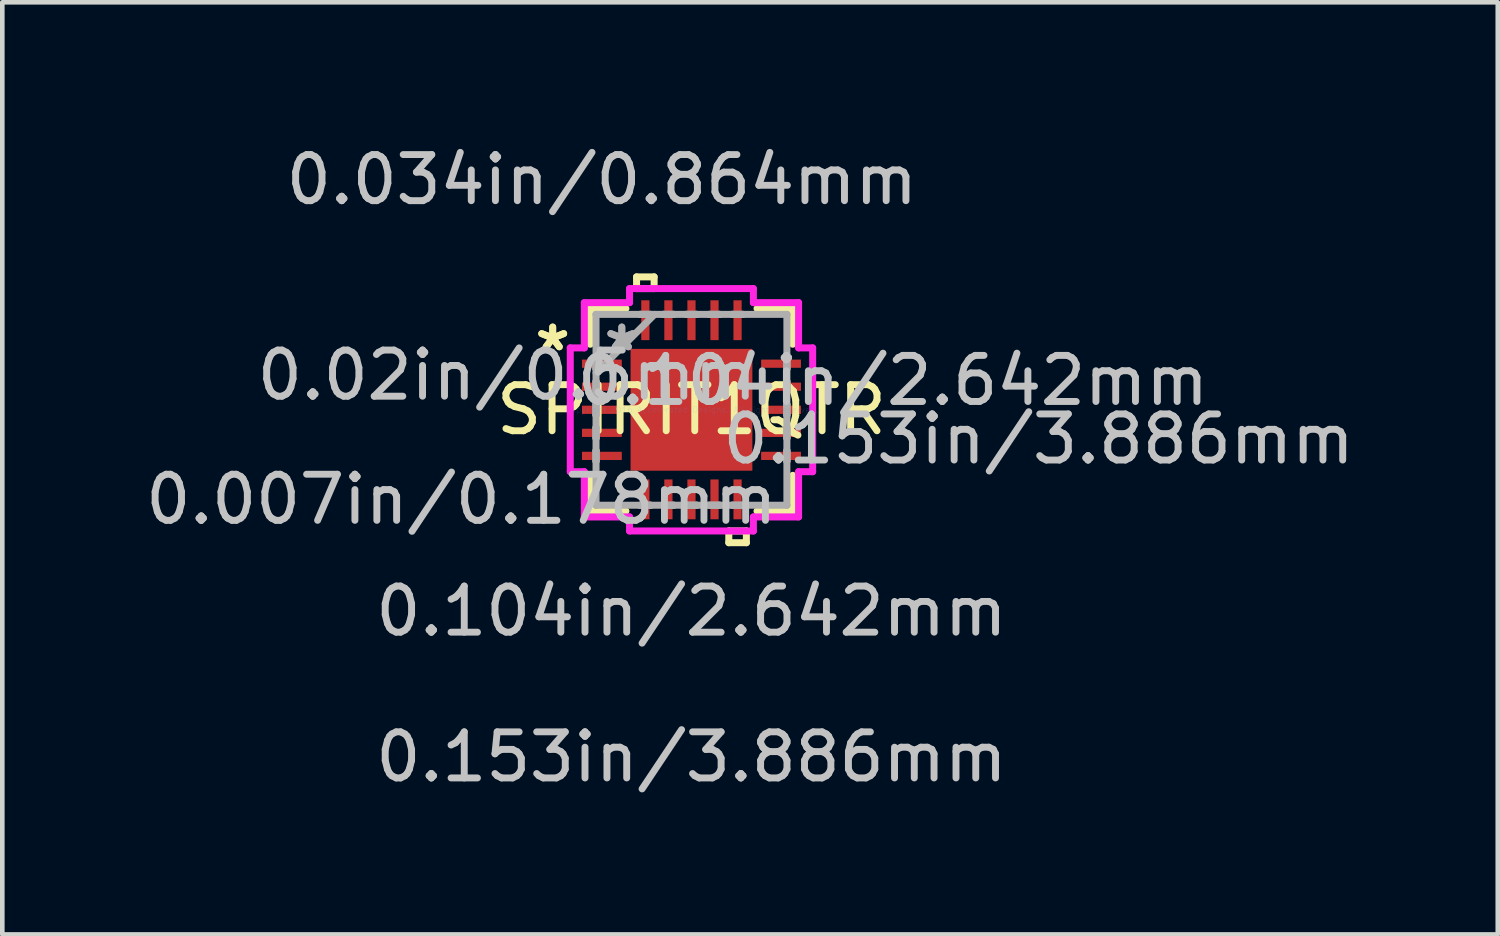
<source format=kicad_pcb>
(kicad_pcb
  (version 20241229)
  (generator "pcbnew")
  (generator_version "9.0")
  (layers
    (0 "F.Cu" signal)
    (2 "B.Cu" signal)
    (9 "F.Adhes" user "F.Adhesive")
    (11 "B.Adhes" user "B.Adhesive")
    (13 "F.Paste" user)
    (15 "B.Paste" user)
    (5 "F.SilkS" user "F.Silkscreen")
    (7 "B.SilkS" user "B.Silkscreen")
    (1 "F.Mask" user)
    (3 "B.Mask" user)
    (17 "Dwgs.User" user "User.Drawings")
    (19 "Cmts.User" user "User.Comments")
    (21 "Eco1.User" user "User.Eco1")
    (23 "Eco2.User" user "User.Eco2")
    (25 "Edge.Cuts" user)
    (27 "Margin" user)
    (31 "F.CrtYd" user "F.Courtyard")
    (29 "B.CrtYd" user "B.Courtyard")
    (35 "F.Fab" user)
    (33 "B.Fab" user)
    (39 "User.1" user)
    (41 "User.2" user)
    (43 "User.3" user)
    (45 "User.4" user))
  (footprint "SPIRIT1QTR"
    (layer "F.Cu")
    (at 11.949 5.839)
    (property "Reference" "SPIRIT1QTR" (at 0 0 0) (layer "F.SilkS") (effects (font (size 1 1) (thickness 0.15))))
    (attr through_hole)
    (fp_line (start -2.197 -2.197) (end -2.197 -1.422) (stroke (width 0.152) (type solid)) (layer "F.SilkS"))
    (fp_line (start -2.197 1.422) (end -2.197 2.197) (stroke (width 0.152) (type solid)) (layer "F.SilkS"))
    (fp_line (start -2.197 2.197) (end -1.422 2.197) (stroke (width 0.152) (type solid)) (layer "F.SilkS"))
    (fp_line (start -1.422 -2.197) (end -2.197 -2.197) (stroke (width 0.152) (type solid)) (layer "F.SilkS"))
    (fp_line (start -1.191 -2.883) (end -0.81 -2.883) (stroke (width 0.152) (type solid)) (layer "F.SilkS"))
    (fp_line (start -1.191 -2.629) (end -1.191 -2.883) (stroke (width 0.152) (type solid)) (layer "F.SilkS"))
    (fp_line (start -0.81 -2.883) (end -0.81 -2.629) (stroke (width 0.152) (type solid)) (layer "F.SilkS"))
    (fp_line (start -0.81 -2.629) (end -1.191 -2.629) (stroke (width 0.152) (type solid)) (layer "F.SilkS"))
    (fp_line (start 0.81 2.629) (end 0.81 2.883) (stroke (width 0.152) (type solid)) (layer "F.SilkS"))
    (fp_line (start 0.81 2.883) (end 1.191 2.883) (stroke (width 0.152) (type solid)) (layer "F.SilkS"))
    (fp_line (start 1.191 2.629) (end 0.81 2.629) (stroke (width 0.152) (type solid)) (layer "F.SilkS"))
    (fp_line (start 1.191 2.883) (end 1.191 2.629) (stroke (width 0.152) (type solid)) (layer "F.SilkS"))
    (fp_line (start 1.422 2.197) (end 2.197 2.197) (stroke (width 0.152) (type solid)) (layer "F.SilkS"))
    (fp_line (start 2.197 -2.197) (end 1.422 -2.197) (stroke (width 0.152) (type solid)) (layer "F.SilkS"))
    (fp_line (start 2.197 -1.422) (end 2.197 -2.197) (stroke (width 0.152) (type solid)) (layer "F.SilkS"))
    (fp_line (start 2.197 2.197) (end 2.197 1.422) (stroke (width 0.152) (type solid)) (layer "F.SilkS"))
    (fp_line (start -1.221 -1.221) (end -1.221 -0.1) (stroke (width 0.152) (type solid)) (layer "F.Paste"))
    (fp_line (start -1.221 -0.1) (end -0.1 -0.1) (stroke (width 0.152) (type solid)) (layer "F.Paste"))
    (fp_line (start -1.221 0.1) (end -1.221 1.221) (stroke (width 0.152) (type solid)) (layer "F.Paste"))
    (fp_line (start -1.221 1.221) (end -0.1 1.221) (stroke (width 0.152) (type solid)) (layer "F.Paste"))
    (fp_line (start -0.1 -1.221) (end -1.221 -1.221) (stroke (width 0.152) (type solid)) (layer "F.Paste"))
    (fp_line (start -0.1 -0.1) (end -0.1 -1.221) (stroke (width 0.152) (type solid)) (layer "F.Paste"))
    (fp_line (start -0.1 0.1) (end -1.221 0.1) (stroke (width 0.152) (type solid)) (layer "F.Paste"))
    (fp_line (start -0.1 1.221) (end -0.1 0.1) (stroke (width 0.152) (type solid)) (layer "F.Paste"))
    (fp_line (start 0.1 -1.221) (end 0.1 -0.1) (stroke (width 0.152) (type solid)) (layer "F.Paste"))
    (fp_line (start 0.1 -0.1) (end 1.221 -0.1) (stroke (width 0.152) (type solid)) (layer "F.Paste"))
    (fp_line (start 0.1 0.1) (end 0.1 1.221) (stroke (width 0.152) (type solid)) (layer "F.Paste"))
    (fp_line (start 0.1 1.221) (end 1.221 1.221) (stroke (width 0.152) (type solid)) (layer "F.Paste"))
    (fp_line (start 1.221 -1.221) (end 0.1 -1.221) (stroke (width 0.152) (type solid)) (layer "F.Paste"))
    (fp_line (start 1.221 -0.1) (end 1.221 -1.221) (stroke (width 0.152) (type solid)) (layer "F.Paste"))
    (fp_line (start 1.221 0.1) (end 0.1 0.1) (stroke (width 0.152) (type solid)) (layer "F.Paste"))
    (fp_line (start 1.221 1.221) (end 1.221 0.1) (stroke (width 0.152) (type solid)) (layer "F.Paste"))
    (fp_line (start -2.629 -1.343) (end -2.324 -1.343) (stroke (width 0.152) (type solid)) (layer "F.CrtYd"))
    (fp_line (start -2.629 1.343) (end -2.629 -1.343) (stroke (width 0.152) (type solid)) (layer "F.CrtYd"))
    (fp_line (start -2.324 -2.324) (end -1.343 -2.324) (stroke (width 0.152) (type solid)) (layer "F.CrtYd"))
    (fp_line (start -2.324 -1.343) (end -2.324 -2.324) (stroke (width 0.152) (type solid)) (layer "F.CrtYd"))
    (fp_line (start -2.324 1.343) (end -2.629 1.343) (stroke (width 0.152) (type solid)) (layer "F.CrtYd"))
    (fp_line (start -2.324 2.324) (end -2.324 1.343) (stroke (width 0.152) (type solid)) (layer "F.CrtYd"))
    (fp_line (start -1.343 -2.629) (end 1.343 -2.629) (stroke (width 0.152) (type solid)) (layer "F.CrtYd"))
    (fp_line (start -1.343 -2.324) (end -1.343 -2.629) (stroke (width 0.152) (type solid)) (layer "F.CrtYd"))
    (fp_line (start -1.343 2.324) (end -2.324 2.324) (stroke (width 0.152) (type solid)) (layer "F.CrtYd"))
    (fp_line (start -1.343 2.629) (end -1.343 2.324) (stroke (width 0.152) (type solid)) (layer "F.CrtYd"))
    (fp_line (start 1.343 -2.629) (end 1.343 -2.324) (stroke (width 0.152) (type solid)) (layer "F.CrtYd"))
    (fp_line (start 1.343 -2.324) (end 2.324 -2.324) (stroke (width 0.152) (type solid)) (layer "F.CrtYd"))
    (fp_line (start 1.343 2.324) (end 1.343 2.629) (stroke (width 0.152) (type solid)) (layer "F.CrtYd"))
    (fp_line (start 1.343 2.629) (end -1.343 2.629) (stroke (width 0.152) (type solid)) (layer "F.CrtYd"))
    (fp_line (start 2.324 -2.324) (end 2.324 -1.343) (stroke (width 0.152) (type solid)) (layer "F.CrtYd"))
    (fp_line (start 2.324 -1.343) (end 2.629 -1.343) (stroke (width 0.152) (type solid)) (layer "F.CrtYd"))
    (fp_line (start 2.324 1.343) (end 2.324 2.324) (stroke (width 0.152) (type solid)) (layer "F.CrtYd"))
    (fp_line (start 2.324 2.324) (end 1.343 2.324) (stroke (width 0.152) (type solid)) (layer "F.CrtYd"))
    (fp_line (start 2.629 -1.343) (end 2.629 1.343) (stroke (width 0.152) (type solid)) (layer "F.CrtYd"))
    (fp_line (start 2.629 1.343) (end 2.324 1.343) (stroke (width 0.152) (type solid)) (layer "F.CrtYd"))
    (fp_line (start -2.07 -2.07) (end -2.07 -2.07) (stroke (width 0.152) (type solid)) (layer "F.Fab"))
    (fp_line (start -2.07 -2.07) (end -2.07 2.07) (stroke (width 0.152) (type solid)) (layer "F.Fab"))
    (fp_line (start -2.07 -1.114) (end -2.07 -1.114) (stroke (width 0.152) (type solid)) (layer "F.Fab"))
    (fp_line (start -2.07 -1.114) (end -2.07 -0.886) (stroke (width 0.152) (type solid)) (layer "F.Fab"))
    (fp_line (start -2.07 -0.886) (end -2.07 -1.114) (stroke (width 0.152) (type solid)) (layer "F.Fab"))
    (fp_line (start -2.07 -0.886) (end -2.07 -0.886) (stroke (width 0.152) (type solid)) (layer "F.Fab"))
    (fp_line (start -2.07 -0.8) (end -0.8 -2.07) (stroke (width 0.152) (type solid)) (layer "F.Fab"))
    (fp_line (start -2.07 -0.614) (end -2.07 -0.614) (stroke (width 0.152) (type solid)) (layer "F.Fab"))
    (fp_line (start -2.07 -0.614) (end -2.07 -0.386) (stroke (width 0.152) (type solid)) (layer "F.Fab"))
    (fp_line (start -2.07 -0.386) (end -2.07 -0.614) (stroke (width 0.152) (type solid)) (layer "F.Fab"))
    (fp_line (start -2.07 -0.386) (end -2.07 -0.386) (stroke (width 0.152) (type solid)) (layer "F.Fab"))
    (fp_line (start -2.07 -0.114) (end -2.07 -0.114) (stroke (width 0.152) (type solid)) (layer "F.Fab"))
    (fp_line (start -2.07 -0.114) (end -2.07 0.114) (stroke (width 0.152) (type solid)) (layer "F.Fab"))
    (fp_line (start -2.07 0.114) (end -2.07 -0.114) (stroke (width 0.152) (type solid)) (layer "F.Fab"))
    (fp_line (start -2.07 0.114) (end -2.07 0.114) (stroke (width 0.152) (type solid)) (layer "F.Fab"))
    (fp_line (start -2.07 0.386) (end -2.07 0.386) (stroke (width 0.152) (type solid)) (layer "F.Fab"))
    (fp_line (start -2.07 0.386) (end -2.07 0.614) (stroke (width 0.152) (type solid)) (layer "F.Fab"))
    (fp_line (start -2.07 0.614) (end -2.07 0.386) (stroke (width 0.152) (type solid)) (layer "F.Fab"))
    (fp_line (start -2.07 0.614) (end -2.07 0.614) (stroke (width 0.152) (type solid)) (layer "F.Fab"))
    (fp_line (start -2.07 0.886) (end -2.07 0.886) (stroke (width 0.152) (type solid)) (layer "F.Fab"))
    (fp_line (start -2.07 0.886) (end -2.07 1.114) (stroke (width 0.152) (type solid)) (layer "F.Fab"))
    (fp_line (start -2.07 1.114) (end -2.07 0.886) (stroke (width 0.152) (type solid)) (layer "F.Fab"))
    (fp_line (start -2.07 1.114) (end -2.07 1.114) (stroke (width 0.152) (type solid)) (layer "F.Fab"))
    (fp_line (start -2.07 2.07) (end -2.07 2.07) (stroke (width 0.152) (type solid)) (layer "F.Fab"))
    (fp_line (start -2.07 2.07) (end 2.07 2.07) (stroke (width 0.152) (type solid)) (layer "F.Fab"))
    (fp_line (start -1.114 -2.07) (end -1.114 -2.07) (stroke (width 0.152) (type solid)) (layer "F.Fab"))
    (fp_line (start -1.114 -2.07) (end -0.886 -2.07) (stroke (width 0.152) (type solid)) (layer "F.Fab"))
    (fp_line (start -1.114 2.07) (end -1.114 2.07) (stroke (width 0.152) (type solid)) (layer "F.Fab"))
    (fp_line (start -1.114 2.07) (end -0.886 2.07) (stroke (width 0.152) (type solid)) (layer "F.Fab"))
    (fp_line (start -0.886 -2.07) (end -1.114 -2.07) (stroke (width 0.152) (type solid)) (layer "F.Fab"))
    (fp_line (start -0.886 -2.07) (end -0.886 -2.07) (stroke (width 0.152) (type solid)) (layer "F.Fab"))
    (fp_line (start -0.886 2.07) (end -1.114 2.07) (stroke (width 0.152) (type solid)) (layer "F.Fab"))
    (fp_line (start -0.886 2.07) (end -0.886 2.07) (stroke (width 0.152) (type solid)) (layer "F.Fab"))
    (fp_line (start -0.614 -2.07) (end -0.614 -2.07) (stroke (width 0.152) (type solid)) (layer "F.Fab"))
    (fp_line (start -0.614 -2.07) (end -0.386 -2.07) (stroke (width 0.152) (type solid)) (layer "F.Fab"))
    (fp_line (start -0.614 2.07) (end -0.614 2.07) (stroke (width 0.152) (type solid)) (layer "F.Fab"))
    (fp_line (start -0.614 2.07) (end -0.386 2.07) (stroke (width 0.152) (type solid)) (layer "F.Fab"))
    (fp_line (start -0.386 -2.07) (end -0.614 -2.07) (stroke (width 0.152) (type solid)) (layer "F.Fab"))
    (fp_line (start -0.386 -2.07) (end -0.386 -2.07) (stroke (width 0.152) (type solid)) (layer "F.Fab"))
    (fp_line (start -0.386 2.07) (end -0.614 2.07) (stroke (width 0.152) (type solid)) (layer "F.Fab"))
    (fp_line (start -0.386 2.07) (end -0.386 2.07) (stroke (width 0.152) (type solid)) (layer "F.Fab"))
    (fp_line (start -0.114 -2.07) (end -0.114 -2.07) (stroke (width 0.152) (type solid)) (layer "F.Fab"))
    (fp_line (start -0.114 -2.07) (end 0.114 -2.07) (stroke (width 0.152) (type solid)) (layer "F.Fab"))
    (fp_line (start -0.114 2.07) (end -0.114 2.07) (stroke (width 0.152) (type solid)) (layer "F.Fab"))
    (fp_line (start -0.114 2.07) (end 0.114 2.07) (stroke (width 0.152) (type solid)) (layer "F.Fab"))
    (fp_line (start 0.114 -2.07) (end -0.114 -2.07) (stroke (width 0.152) (type solid)) (layer "F.Fab"))
    (fp_line (start 0.114 -2.07) (end 0.114 -2.07) (stroke (width 0.152) (type solid)) (layer "F.Fab"))
    (fp_line (start 0.114 2.07) (end -0.114 2.07) (stroke (width 0.152) (type solid)) (layer "F.Fab"))
    (fp_line (start 0.114 2.07) (end 0.114 2.07) (stroke (width 0.152) (type solid)) (layer "F.Fab"))
    (fp_line (start 0.386 -2.07) (end 0.386 -2.07) (stroke (width 0.152) (type solid)) (layer "F.Fab"))
    (fp_line (start 0.386 -2.07) (end 0.614 -2.07) (stroke (width 0.152) (type solid)) (layer "F.Fab"))
    (fp_line (start 0.386 2.07) (end 0.386 2.07) (stroke (width 0.152) (type solid)) (layer "F.Fab"))
    (fp_line (start 0.386 2.07) (end 0.614 2.07) (stroke (width 0.152) (type solid)) (layer "F.Fab"))
    (fp_line (start 0.614 -2.07) (end 0.386 -2.07) (stroke (width 0.152) (type solid)) (layer "F.Fab"))
    (fp_line (start 0.614 -2.07) (end 0.614 -2.07) (stroke (width 0.152) (type solid)) (layer "F.Fab"))
    (fp_line (start 0.614 2.07) (end 0.386 2.07) (stroke (width 0.152) (type solid)) (layer "F.Fab"))
    (fp_line (start 0.614 2.07) (end 0.614 2.07) (stroke (width 0.152) (type solid)) (layer "F.Fab"))
    (fp_line (start 0.886 -2.07) (end 0.886 -2.07) (stroke (width 0.152) (type solid)) (layer "F.Fab"))
    (fp_line (start 0.886 -2.07) (end 1.114 -2.07) (stroke (width 0.152) (type solid)) (layer "F.Fab"))
    (fp_line (start 0.886 2.07) (end 0.886 2.07) (stroke (width 0.152) (type solid)) (layer "F.Fab"))
    (fp_line (start 0.886 2.07) (end 1.114 2.07) (stroke (width 0.152) (type solid)) (layer "F.Fab"))
    (fp_line (start 1.114 -2.07) (end 0.886 -2.07) (stroke (width 0.152) (type solid)) (layer "F.Fab"))
    (fp_line (start 1.114 -2.07) (end 1.114 -2.07) (stroke (width 0.152) (type solid)) (layer "F.Fab"))
    (fp_line (start 1.114 2.07) (end 0.886 2.07) (stroke (width 0.152) (type solid)) (layer "F.Fab"))
    (fp_line (start 1.114 2.07) (end 1.114 2.07) (stroke (width 0.152) (type solid)) (layer "F.Fab"))
    (fp_line (start 2.07 -2.07) (end -2.07 -2.07) (stroke (width 0.152) (type solid)) (layer "F.Fab"))
    (fp_line (start 2.07 -2.07) (end 2.07 -2.07) (stroke (width 0.152) (type solid)) (layer "F.Fab"))
    (fp_line (start 2.07 -1.114) (end 2.07 -1.114) (stroke (width 0.152) (type solid)) (layer "F.Fab"))
    (fp_line (start 2.07 -1.114) (end 2.07 -0.886) (stroke (width 0.152) (type solid)) (layer "F.Fab"))
    (fp_line (start 2.07 -0.886) (end 2.07 -1.114) (stroke (width 0.152) (type solid)) (layer "F.Fab"))
    (fp_line (start 2.07 -0.886) (end 2.07 -0.886) (stroke (width 0.152) (type solid)) (layer "F.Fab"))
    (fp_line (start 2.07 -0.614) (end 2.07 -0.614) (stroke (width 0.152) (type solid)) (layer "F.Fab"))
    (fp_line (start 2.07 -0.614) (end 2.07 -0.386) (stroke (width 0.152) (type solid)) (layer "F.Fab"))
    (fp_line (start 2.07 -0.386) (end 2.07 -0.614) (stroke (width 0.152) (type solid)) (layer "F.Fab"))
    (fp_line (start 2.07 -0.386) (end 2.07 -0.386) (stroke (width 0.152) (type solid)) (layer "F.Fab"))
    (fp_line (start 2.07 -0.114) (end 2.07 -0.114) (stroke (width 0.152) (type solid)) (layer "F.Fab"))
    (fp_line (start 2.07 -0.114) (end 2.07 0.114) (stroke (width 0.152) (type solid)) (layer "F.Fab"))
    (fp_line (start 2.07 0.114) (end 2.07 -0.114) (stroke (width 0.152) (type solid)) (layer "F.Fab"))
    (fp_line (start 2.07 0.114) (end 2.07 0.114) (stroke (width 0.152) (type solid)) (layer "F.Fab"))
    (fp_line (start 2.07 0.386) (end 2.07 0.386) (stroke (width 0.152) (type solid)) (layer "F.Fab"))
    (fp_line (start 2.07 0.386) (end 2.07 0.614) (stroke (width 0.152) (type solid)) (layer "F.Fab"))
    (fp_line (start 2.07 0.614) (end 2.07 0.386) (stroke (width 0.152) (type solid)) (layer "F.Fab"))
    (fp_line (start 2.07 0.614) (end 2.07 0.614) (stroke (width 0.152) (type solid)) (layer "F.Fab"))
    (fp_line (start 2.07 0.886) (end 2.07 0.886) (stroke (width 0.152) (type solid)) (layer "F.Fab"))
    (fp_line (start 2.07 0.886) (end 2.07 1.114) (stroke (width 0.152) (type solid)) (layer "F.Fab"))
    (fp_line (start 2.07 1.114) (end 2.07 0.886) (stroke (width 0.152) (type solid)) (layer "F.Fab"))
    (fp_line (start 2.07 1.114) (end 2.07 1.114) (stroke (width 0.152) (type solid)) (layer "F.Fab"))
    (fp_line (start 2.07 2.07) (end 2.07 -2.07) (stroke (width 0.152) (type solid)) (layer "F.Fab"))
    (fp_line (start 2.07 2.07) (end 2.07 2.07) (stroke (width 0.152) (type solid)) (layer "F.Fab"))
    (fp_text user "*" (at -3.01 -1.25 0) (layer "F.SilkS") (effects (font (size 1 1) (thickness 0.15))))
    (fp_text user "*" (at -3.01 -1.25 0) (layer "F.SilkS") (effects (font (size 1 1) (thickness 0.15))))
    (fp_text user "0.104in/2.642mm" (at 4.369 -0.635 0) (layer "Dwgs.User") (effects (font (size 1 1) (thickness 0.15))))
    (fp_text user "0.034in/0.864mm" (at -1.943 -4.991 0) (layer "Dwgs.User") (effects (font (size 1 1) (thickness 0.15))))
    (fp_text user "0.007in/0.178mm" (at -4.991 1.943 0) (layer "Dwgs.User") (effects (font (size 1 1) (thickness 0.15))))
    (fp_text user "0.153in/3.886mm" (at 0 7.531 0) (layer "Dwgs.User") (effects (font (size 1 1) (thickness 0.15))))
    (fp_text user "0.02in/0.5mm" (at -4 -0.75 0) (layer "Dwgs.User") (effects (font (size 1 1) (thickness 0.15))))
    (fp_text user "0.153in/3.886mm" (at 7.531 0.635 0) (layer "Dwgs.User") (effects (font (size 1 1) (thickness 0.15))))
    (fp_text user "0.104in/2.642mm" (at 0 4.369 0) (layer "Dwgs.User") (effects (font (size 1 1) (thickness 0.15))))
    (fp_text user "Copyright 2016 Accelerated Designs. All rights reserved." (at 0 0 0) (layer "Cmts.User") (effects (font (size 0.127 0.127) (thickness 0.002))))
    (fp_text user "*" (at -1.511 -1.25 0) (layer "F.Fab") (effects (font (size 1 1) (thickness 0.15))))
    (fp_text user "*" (at -1.511 -1.25 0) (layer "F.Fab") (effects (font (size 1 1) (thickness 0.15))))
    (pad "1" smd rect (at -1.943 -1 90) (size 0.178 0.864) (layers "F.Cu" "F.Mask" "F.Paste"))
    (pad "2" smd rect (at -1.943 -0.5 90) (size 0.178 0.864) (layers "F.Cu" "F.Mask" "F.Paste"))
    (pad "3" smd rect (at -1.943 0 90) (size 0.178 0.864) (layers "F.Cu" "F.Mask" "F.Paste"))
    (pad "4" smd rect (at -1.943 0.5 90) (size 0.178 0.864) (layers "F.Cu" "F.Mask" "F.Paste"))
    (pad "5" smd rect (at -1.943 1 90) (size 0.178 0.864) (layers "F.Cu" "F.Mask" "F.Paste"))
    (pad "6" smd rect (at -1 1.943) (size 0.178 0.864) (layers "F.Cu" "F.Mask" "F.Paste"))
    (pad "7" smd rect (at -0.5 1.943) (size 0.178 0.864) (layers "F.Cu" "F.Mask" "F.Paste"))
    (pad "8" smd rect (at 0 1.943) (size 0.178 0.864) (layers "F.Cu" "F.Mask" "F.Paste"))
    (pad "9" smd rect (at 0.5 1.943) (size 0.178 0.864) (layers "F.Cu" "F.Mask" "F.Paste"))
    (pad "10" smd rect (at 1 1.943) (size 0.178 0.864) (layers "F.Cu" "F.Mask" "F.Paste"))
    (pad "11" smd rect (at 1.943 1 90) (size 0.178 0.864) (layers "F.Cu" "F.Mask" "F.Paste"))
    (pad "12" smd rect (at 1.943 0.5 90) (size 0.178 0.864) (layers "F.Cu" "F.Mask" "F.Paste"))
    (pad "13" smd rect (at 1.943 0 90) (size 0.178 0.864) (layers "F.Cu" "F.Mask" "F.Paste"))
    (pad "14" smd rect (at 1.943 -0.5 90) (size 0.178 0.864) (layers "F.Cu" "F.Mask" "F.Paste"))
    (pad "15" smd rect (at 1.943 -1 90) (size 0.178 0.864) (layers "F.Cu" "F.Mask" "F.Paste"))
    (pad "16" smd rect (at 1 -1.943) (size 0.178 0.864) (layers "F.Cu" "F.Mask" "F.Paste"))
    (pad "17" smd rect (at 0.5 -1.943) (size 0.178 0.864) (layers "F.Cu" "F.Mask" "F.Paste"))
    (pad "18" smd rect (at 0 -1.943) (size 0.178 0.864) (layers "F.Cu" "F.Mask" "F.Paste"))
    (pad "19" smd rect (at -0.5 -1.943) (size 0.178 0.864) (layers "F.Cu" "F.Mask" "F.Paste"))
    (pad "20" smd rect (at -1 -1.943) (size 0.178 0.864) (layers "F.Cu" "F.Mask" "F.Paste"))
    (pad "21" smd rect (at 0 0) (size 2.642 2.642) (layers "F.Cu" "F.Mask" "F.Paste")))
  (gr_rect
    (start -3 -3)
    (end 29.439 17.219)
    (stroke (width 0.1) (type default))
    (fill no)
    (layer "Edge.Cuts")))
</source>
